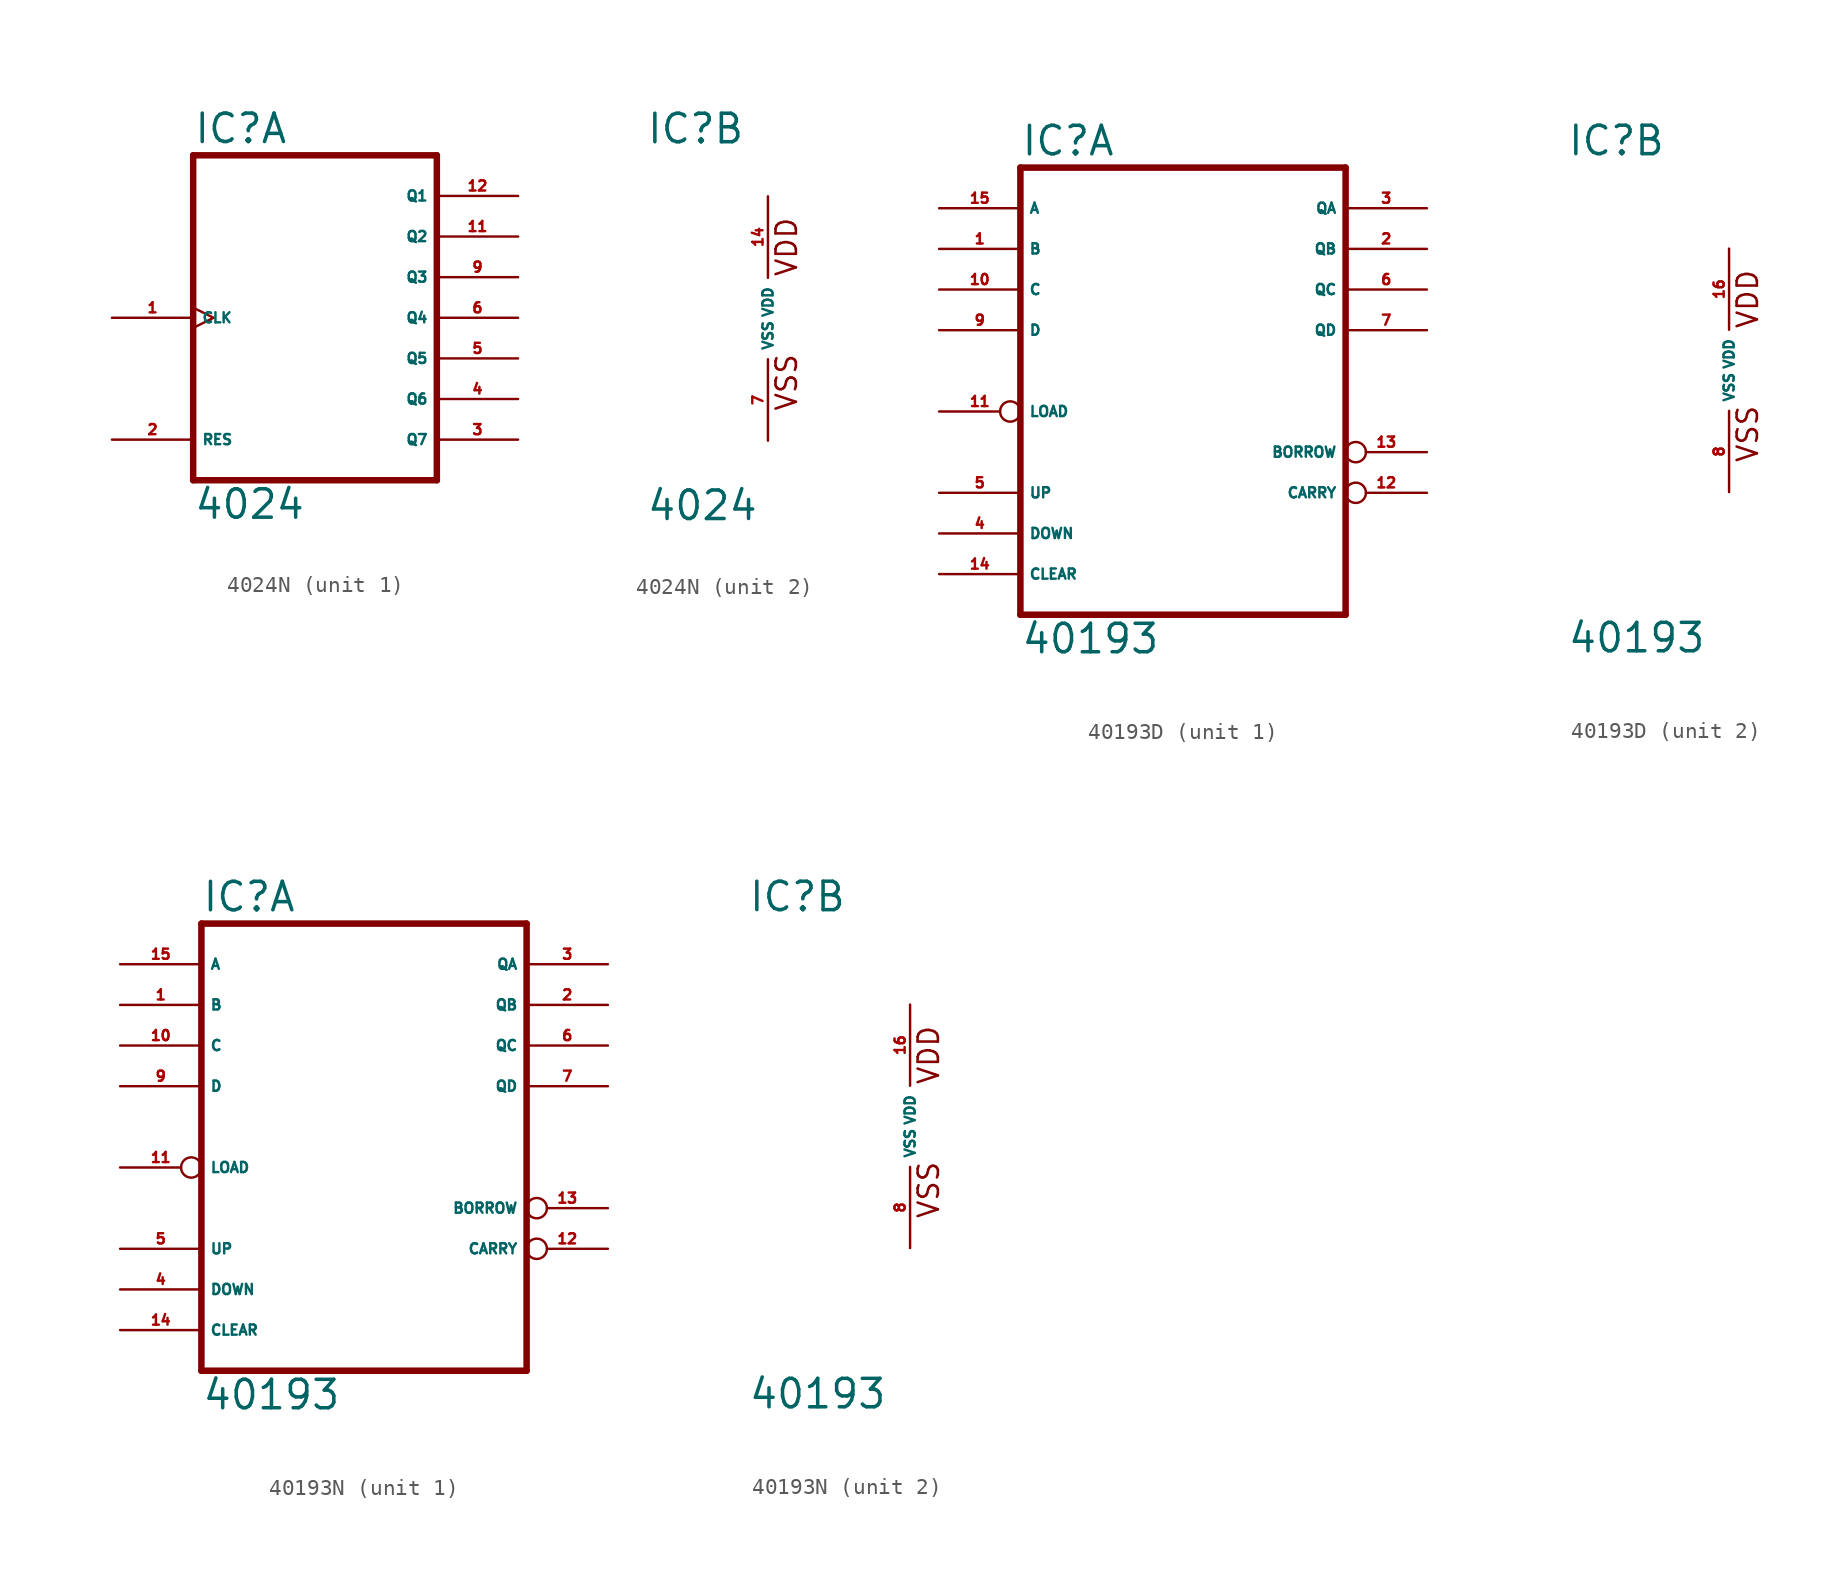
<source format=kicad_sym>
(kicad_symbol_lib
  (version 20220914)
  (generator Eagle2Kicad)
  (symbol "4024N"
    (property "Reference" "IC"
      (at -7.62 10.795 0)
      (effects (font (size 1.778 1.778) (thickness 0.22)) (justify left bottom)))
    (property "Value" "4024"
      (at -7.62 -12.7 0)
      (effects (font (size 1.778 1.778) (thickness 0.22)) (justify left bottom)))
    (symbol "4024N_1_0"
      (polyline (pts (xy -7.62 -10.16) (xy 7.62 -10.16)) (stroke (width 0.406) (type default)) (fill (type none)))
      (polyline (pts (xy 7.62 -10.16) (xy 7.62 10.16)) (stroke (width 0.406) (type default)) (fill (type none)))
      (polyline (pts (xy 7.62 10.16) (xy -7.62 10.16)) (stroke (width 0.406) (type default)) (fill (type none)))
      (polyline (pts (xy -7.62 10.16) (xy -7.62 -10.16)) (stroke (width 0.406) (type default)) (fill (type none)))
      (pin input clock (at -12.7 0 0) (length 5.08) (name "CLK" (effects (font (size 0.635 0.635) (thickness 0.08)) (justify left bottom))) (number "1" (effects (font (size 0.635 0.635) (thickness 0.08)) (justify left bottom))))
      (pin input line (at -12.7 -7.62 0) (length 5.08) (name "RES" (effects (font (size 0.635 0.635) (thickness 0.08)) (justify left bottom))) (number "2" (effects (font (size 0.635 0.635) (thickness 0.08)) (justify left bottom))))
      (pin output line (at 12.7 -7.62 180) (length 5.08) (name "Q7" (effects (font (size 0.635 0.635) (thickness 0.08)) (justify left bottom))) (number "3" (effects (font (size 0.635 0.635) (thickness 0.08)) (justify left bottom))))
      (pin output line (at 12.7 -5.08 180) (length 5.08) (name "Q6" (effects (font (size 0.635 0.635) (thickness 0.08)) (justify left bottom))) (number "4" (effects (font (size 0.635 0.635) (thickness 0.08)) (justify left bottom))))
      (pin output line (at 12.7 -2.54 180) (length 5.08) (name "Q5" (effects (font (size 0.635 0.635) (thickness 0.08)) (justify left bottom))) (number "5" (effects (font (size 0.635 0.635) (thickness 0.08)) (justify left bottom))))
      (pin output line (at 12.7 0 180) (length 5.08) (name "Q4" (effects (font (size 0.635 0.635) (thickness 0.08)) (justify left bottom))) (number "6" (effects (font (size 0.635 0.635) (thickness 0.08)) (justify left bottom))))
      (pin output line (at 12.7 2.54 180) (length 5.08) (name "Q3" (effects (font (size 0.635 0.635) (thickness 0.08)) (justify left bottom))) (number "9" (effects (font (size 0.635 0.635) (thickness 0.08)) (justify left bottom))))
      (pin output line (at 12.7 5.08 180) (length 5.08) (name "Q2" (effects (font (size 0.635 0.635) (thickness 0.08)) (justify left bottom))) (number "11" (effects (font (size 0.635 0.635) (thickness 0.08)) (justify left bottom))))
      (pin output line (at 12.7 7.62 180) (length 5.08) (name "Q1" (effects (font (size 0.635 0.635) (thickness 0.08)) (justify left bottom))) (number "12" (effects (font (size 0.635 0.635) (thickness 0.08)) (justify left bottom)))))
    (symbol "4024N_2_0"
      (text "VDD" (at 1.905 2.54 900) (effects (font (size 1.27 1.27) (thickness 0.16)) (justify left bottom)))
      (text "VSS" (at 1.905 -5.842 900) (effects (font (size 1.27 1.27) (thickness 0.16)) (justify left bottom)))
      (pin unspecified line (at 0 -7.62 90) (length 5.08) (name "VSS" (effects (font (size 0.635 0.635) (thickness 0.08)) (justify left bottom))) (number "7" (effects (font (size 0.635 0.635) (thickness 0.08)) (justify left bottom))))
      (pin unspecified line (at 0 7.62 270) (length 5.08) (name "VDD" (effects (font (size 0.635 0.635) (thickness 0.08)) (justify left bottom))) (number "14" (effects (font (size 0.635 0.635) (thickness 0.08)) (justify left bottom))))))
  (symbol "40193D"
    (property "Reference" "IC"
      (at -10.16 13.335 0)
      (effects (font (size 1.778 1.778) (thickness 0.22)) (justify left bottom)))
    (property "Value" "40193"
      (at -10.16 -17.78 0)
      (effects (font (size 1.778 1.778) (thickness 0.22)) (justify left bottom)))
    (symbol "40193D_1_0"
      (polyline (pts (xy -10.16 -15.24) (xy 10.16 -15.24)) (stroke (width 0.406) (type default)) (fill (type none)))
      (polyline (pts (xy 10.16 -15.24) (xy 10.16 12.7)) (stroke (width 0.406) (type default)) (fill (type none)))
      (polyline (pts (xy 10.16 12.7) (xy -10.16 12.7)) (stroke (width 0.406) (type default)) (fill (type none)))
      (polyline (pts (xy -10.16 12.7) (xy -10.16 -15.24)) (stroke (width 0.406) (type default)) (fill (type none)))
      (pin input line (at -15.24 -7.62 0) (length 5.08) (name "UP" (effects (font (size 0.635 0.635) (thickness 0.08)) (justify left bottom))) (number "5" (effects (font (size 0.635 0.635) (thickness 0.08)) (justify left bottom))))
      (pin input line (at -15.24 10.16 0) (length 5.08) (name "A" (effects (font (size 0.635 0.635) (thickness 0.08)) (justify left bottom))) (number "15" (effects (font (size 0.635 0.635) (thickness 0.08)) (justify left bottom))))
      (pin input line (at -15.24 7.62 0) (length 5.08) (name "B" (effects (font (size 0.635 0.635) (thickness 0.08)) (justify left bottom))) (number "1" (effects (font (size 0.635 0.635) (thickness 0.08)) (justify left bottom))))
      (pin input line (at -15.24 5.08 0) (length 5.08) (name "C" (effects (font (size 0.635 0.635) (thickness 0.08)) (justify left bottom))) (number "10" (effects (font (size 0.635 0.635) (thickness 0.08)) (justify left bottom))))
      (pin input line (at -15.24 2.54 0) (length 5.08) (name "D" (effects (font (size 0.635 0.635) (thickness 0.08)) (justify left bottom))) (number "9" (effects (font (size 0.635 0.635) (thickness 0.08)) (justify left bottom))))
      (pin input inverted (at -15.24 -2.54 0) (length 5.08) (name "LOAD" (effects (font (size 0.635 0.635) (thickness 0.08)) (justify left bottom))) (number "11" (effects (font (size 0.635 0.635) (thickness 0.08)) (justify left bottom))))
      (pin output line (at 15.24 2.54 180) (length 5.08) (name "QD" (effects (font (size 0.635 0.635) (thickness 0.08)) (justify left bottom))) (number "7" (effects (font (size 0.635 0.635) (thickness 0.08)) (justify left bottom))))
      (pin output line (at 15.24 5.08 180) (length 5.08) (name "QC" (effects (font (size 0.635 0.635) (thickness 0.08)) (justify left bottom))) (number "6" (effects (font (size 0.635 0.635) (thickness 0.08)) (justify left bottom))))
      (pin output line (at 15.24 7.62 180) (length 5.08) (name "QB" (effects (font (size 0.635 0.635) (thickness 0.08)) (justify left bottom))) (number "2" (effects (font (size 0.635 0.635) (thickness 0.08)) (justify left bottom))))
      (pin output line (at 15.24 10.16 180) (length 5.08) (name "QA" (effects (font (size 0.635 0.635) (thickness 0.08)) (justify left bottom))) (number "3" (effects (font (size 0.635 0.635) (thickness 0.08)) (justify left bottom))))
      (pin output inverted (at 15.24 -5.08 180) (length 5.08) (name "BORROW" (effects (font (size 0.635 0.635) (thickness 0.08)) (justify left bottom))) (number "13" (effects (font (size 0.635 0.635) (thickness 0.08)) (justify left bottom))))
      (pin output inverted (at 15.24 -7.62 180) (length 5.08) (name "CARRY" (effects (font (size 0.635 0.635) (thickness 0.08)) (justify left bottom))) (number "12" (effects (font (size 0.635 0.635) (thickness 0.08)) (justify left bottom))))
      (pin input line (at -15.24 -10.16 0) (length 5.08) (name "DOWN" (effects (font (size 0.635 0.635) (thickness 0.08)) (justify left bottom))) (number "4" (effects (font (size 0.635 0.635) (thickness 0.08)) (justify left bottom))))
      (pin input line (at -15.24 -12.7 0) (length 5.08) (name "CLEAR" (effects (font (size 0.635 0.635) (thickness 0.08)) (justify left bottom))) (number "14" (effects (font (size 0.635 0.635) (thickness 0.08)) (justify left bottom)))))
    (symbol "40193D_2_0"
      (text "VDD" (at 1.905 2.54 900) (effects (font (size 1.27 1.27) (thickness 0.16)) (justify left bottom)))
      (text "VSS" (at 1.905 -5.842 900) (effects (font (size 1.27 1.27) (thickness 0.16)) (justify left bottom)))
      (pin unspecified line (at 0 -7.62 90) (length 5.08) (name "VSS" (effects (font (size 0.635 0.635) (thickness 0.08)) (justify left bottom))) (number "8" (effects (font (size 0.635 0.635) (thickness 0.08)) (justify left bottom))))
      (pin unspecified line (at 0 7.62 270) (length 5.08) (name "VDD" (effects (font (size 0.635 0.635) (thickness 0.08)) (justify left bottom))) (number "16" (effects (font (size 0.635 0.635) (thickness 0.08)) (justify left bottom))))))
  (symbol "40193N"
    (property "Reference" "IC"
      (at -10.16 13.335 0)
      (effects (font (size 1.778 1.778) (thickness 0.22)) (justify left bottom)))
    (property "Value" "40193"
      (at -10.16 -17.78 0)
      (effects (font (size 1.778 1.778) (thickness 0.22)) (justify left bottom)))
    (symbol "40193N_1_0"
      (polyline (pts (xy -10.16 -15.24) (xy 10.16 -15.24)) (stroke (width 0.406) (type default)) (fill (type none)))
      (polyline (pts (xy 10.16 -15.24) (xy 10.16 12.7)) (stroke (width 0.406) (type default)) (fill (type none)))
      (polyline (pts (xy 10.16 12.7) (xy -10.16 12.7)) (stroke (width 0.406) (type default)) (fill (type none)))
      (polyline (pts (xy -10.16 12.7) (xy -10.16 -15.24)) (stroke (width 0.406) (type default)) (fill (type none)))
      (pin input line (at -15.24 -7.62 0) (length 5.08) (name "UP" (effects (font (size 0.635 0.635) (thickness 0.08)) (justify left bottom))) (number "5" (effects (font (size 0.635 0.635) (thickness 0.08)) (justify left bottom))))
      (pin input line (at -15.24 10.16 0) (length 5.08) (name "A" (effects (font (size 0.635 0.635) (thickness 0.08)) (justify left bottom))) (number "15" (effects (font (size 0.635 0.635) (thickness 0.08)) (justify left bottom))))
      (pin input line (at -15.24 7.62 0) (length 5.08) (name "B" (effects (font (size 0.635 0.635) (thickness 0.08)) (justify left bottom))) (number "1" (effects (font (size 0.635 0.635) (thickness 0.08)) (justify left bottom))))
      (pin input line (at -15.24 5.08 0) (length 5.08) (name "C" (effects (font (size 0.635 0.635) (thickness 0.08)) (justify left bottom))) (number "10" (effects (font (size 0.635 0.635) (thickness 0.08)) (justify left bottom))))
      (pin input line (at -15.24 2.54 0) (length 5.08) (name "D" (effects (font (size 0.635 0.635) (thickness 0.08)) (justify left bottom))) (number "9" (effects (font (size 0.635 0.635) (thickness 0.08)) (justify left bottom))))
      (pin input inverted (at -15.24 -2.54 0) (length 5.08) (name "LOAD" (effects (font (size 0.635 0.635) (thickness 0.08)) (justify left bottom))) (number "11" (effects (font (size 0.635 0.635) (thickness 0.08)) (justify left bottom))))
      (pin output line (at 15.24 2.54 180) (length 5.08) (name "QD" (effects (font (size 0.635 0.635) (thickness 0.08)) (justify left bottom))) (number "7" (effects (font (size 0.635 0.635) (thickness 0.08)) (justify left bottom))))
      (pin output line (at 15.24 5.08 180) (length 5.08) (name "QC" (effects (font (size 0.635 0.635) (thickness 0.08)) (justify left bottom))) (number "6" (effects (font (size 0.635 0.635) (thickness 0.08)) (justify left bottom))))
      (pin output line (at 15.24 7.62 180) (length 5.08) (name "QB" (effects (font (size 0.635 0.635) (thickness 0.08)) (justify left bottom))) (number "2" (effects (font (size 0.635 0.635) (thickness 0.08)) (justify left bottom))))
      (pin output line (at 15.24 10.16 180) (length 5.08) (name "QA" (effects (font (size 0.635 0.635) (thickness 0.08)) (justify left bottom))) (number "3" (effects (font (size 0.635 0.635) (thickness 0.08)) (justify left bottom))))
      (pin output inverted (at 15.24 -5.08 180) (length 5.08) (name "BORROW" (effects (font (size 0.635 0.635) (thickness 0.08)) (justify left bottom))) (number "13" (effects (font (size 0.635 0.635) (thickness 0.08)) (justify left bottom))))
      (pin output inverted (at 15.24 -7.62 180) (length 5.08) (name "CARRY" (effects (font (size 0.635 0.635) (thickness 0.08)) (justify left bottom))) (number "12" (effects (font (size 0.635 0.635) (thickness 0.08)) (justify left bottom))))
      (pin input line (at -15.24 -10.16 0) (length 5.08) (name "DOWN" (effects (font (size 0.635 0.635) (thickness 0.08)) (justify left bottom))) (number "4" (effects (font (size 0.635 0.635) (thickness 0.08)) (justify left bottom))))
      (pin input line (at -15.24 -12.7 0) (length 5.08) (name "CLEAR" (effects (font (size 0.635 0.635) (thickness 0.08)) (justify left bottom))) (number "14" (effects (font (size 0.635 0.635) (thickness 0.08)) (justify left bottom)))))
    (symbol "40193N_2_0"
      (text "VDD" (at 1.905 2.54 900) (effects (font (size 1.27 1.27) (thickness 0.16)) (justify left bottom)))
      (text "VSS" (at 1.905 -5.842 900) (effects (font (size 1.27 1.27) (thickness 0.16)) (justify left bottom)))
      (pin unspecified line (at 0 -7.62 90) (length 5.08) (name "VSS" (effects (font (size 0.635 0.635) (thickness 0.08)) (justify left bottom))) (number "8" (effects (font (size 0.635 0.635) (thickness 0.08)) (justify left bottom))))
      (pin unspecified line (at 0 7.62 270) (length 5.08) (name "VDD" (effects (font (size 0.635 0.635) (thickness 0.08)) (justify left bottom))) (number "16" (effects (font (size 0.635 0.635) (thickness 0.08)) (justify left bottom)))))))
</source>
